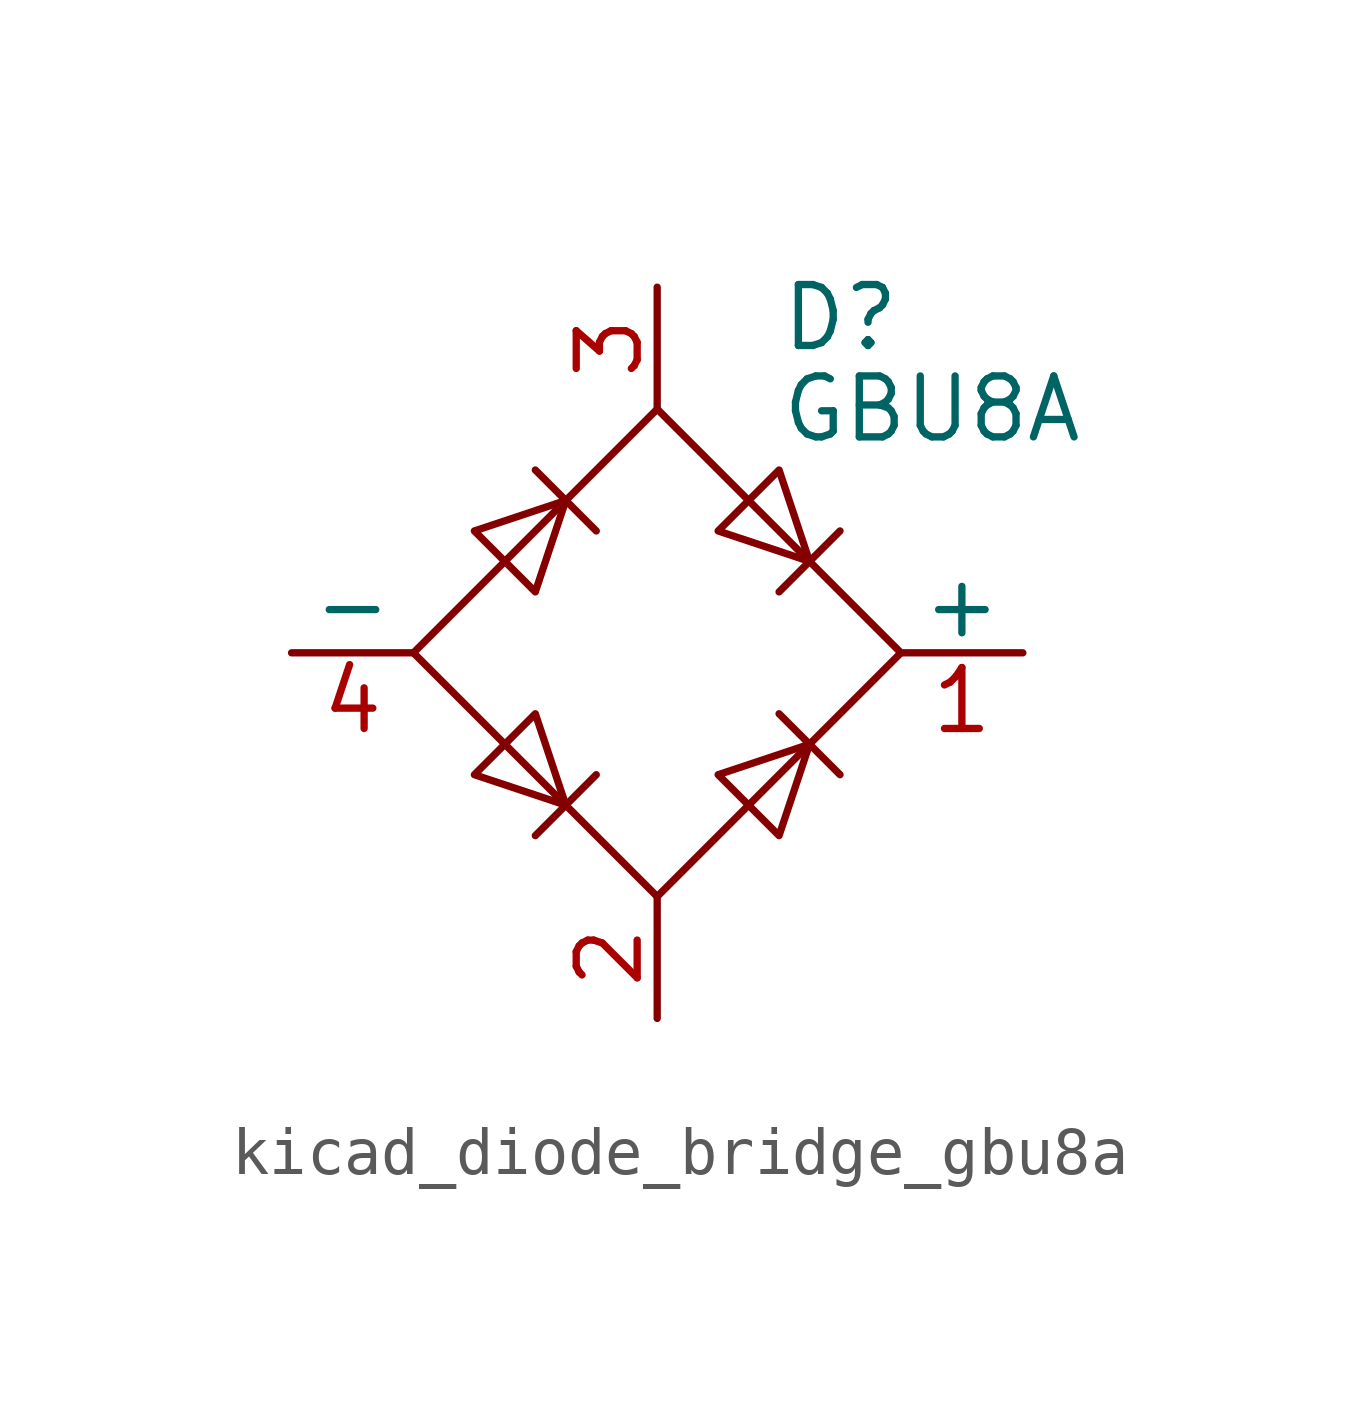
<source format=kicad_sym>
(kicad_symbol_lib
  (version 20220914)
  (generator kicad_symbol_editor)
  (symbol "kicad_diode_bridge_gbu8a"
    (pin_names
      (offset 0))
    (property "Reference" "D"
      (at 2.54 6.985 0)
      (effects (font (size 1.27 1.27)) (justify left)))
    (property "Value" "GBU8A"
      (at 2.54 5.08 0)
      (effects (font (size 1.27 1.27)) (justify left)))
    (symbol "kicad_diode_bridge_gbu8a_0_1"
      (polyline (pts (xy -2.54 3.81) (xy -1.27 2.54)) (stroke (width 0) (type default)) (fill (type none)))
      (polyline (pts (xy -1.27 -2.54) (xy -2.54 -3.81)) (stroke (width 0) (type default)) (fill (type none)))
      (polyline (pts (xy 2.54 -1.27) (xy 3.81 -2.54)) (stroke (width 0) (type default)) (fill (type none)))
      (polyline (pts (xy 2.54 1.27) (xy 3.81 2.54)) (stroke (width 0) (type default)) (fill (type none)))
      (polyline (pts (xy -3.81 2.54) (xy -2.54 1.27) (xy -1.905 3.175) (xy -3.81 2.54)) (stroke (width 0) (type default)) (fill (type none)))
      (polyline (pts (xy -2.54 -1.27) (xy -3.81 -2.54) (xy -1.905 -3.175) (xy -2.54 -1.27)) (stroke (width 0) (type default)) (fill (type none)))
      (polyline (pts (xy 1.27 2.54) (xy 2.54 3.81) (xy 3.175 1.905) (xy 1.27 2.54)) (stroke (width 0) (type default)) (fill (type none)))
      (polyline (pts (xy 3.175 -1.905) (xy 1.27 -2.54) (xy 2.54 -3.81) (xy 3.175 -1.905)) (stroke (width 0) (type default)) (fill (type none)))
      (polyline (pts (xy -5.08 0) (xy 0 -5.08) (xy 5.08 0) (xy 0 5.08) (xy -5.08 0)) (stroke (width 0) (type default)) (fill (type none))))
    (symbol "kicad_diode_bridge_gbu8a_1_1"
      (pin passive line (at 7.62 0 180) (length 2.54) (name "+" (effects (font (size 1.27 1.27)))) (number "1" (effects (font (size 1.27 1.27)))))
      (pin passive line (at 0 -7.62 90) (length 2.54) (name "~" (effects (font (size 1.27 1.27)))) (number "2" (effects (font (size 1.27 1.27)))))
      (pin passive line (at 0 7.62 270) (length 2.54) (name "~" (effects (font (size 1.27 1.27)))) (number "3" (effects (font (size 1.27 1.27)))))
      (pin passive line (at -7.62 0 0) (length 2.54) (name "-" (effects (font (size 1.27 1.27)))) (number "4" (effects (font (size 1.27 1.27))))))))
</source>
